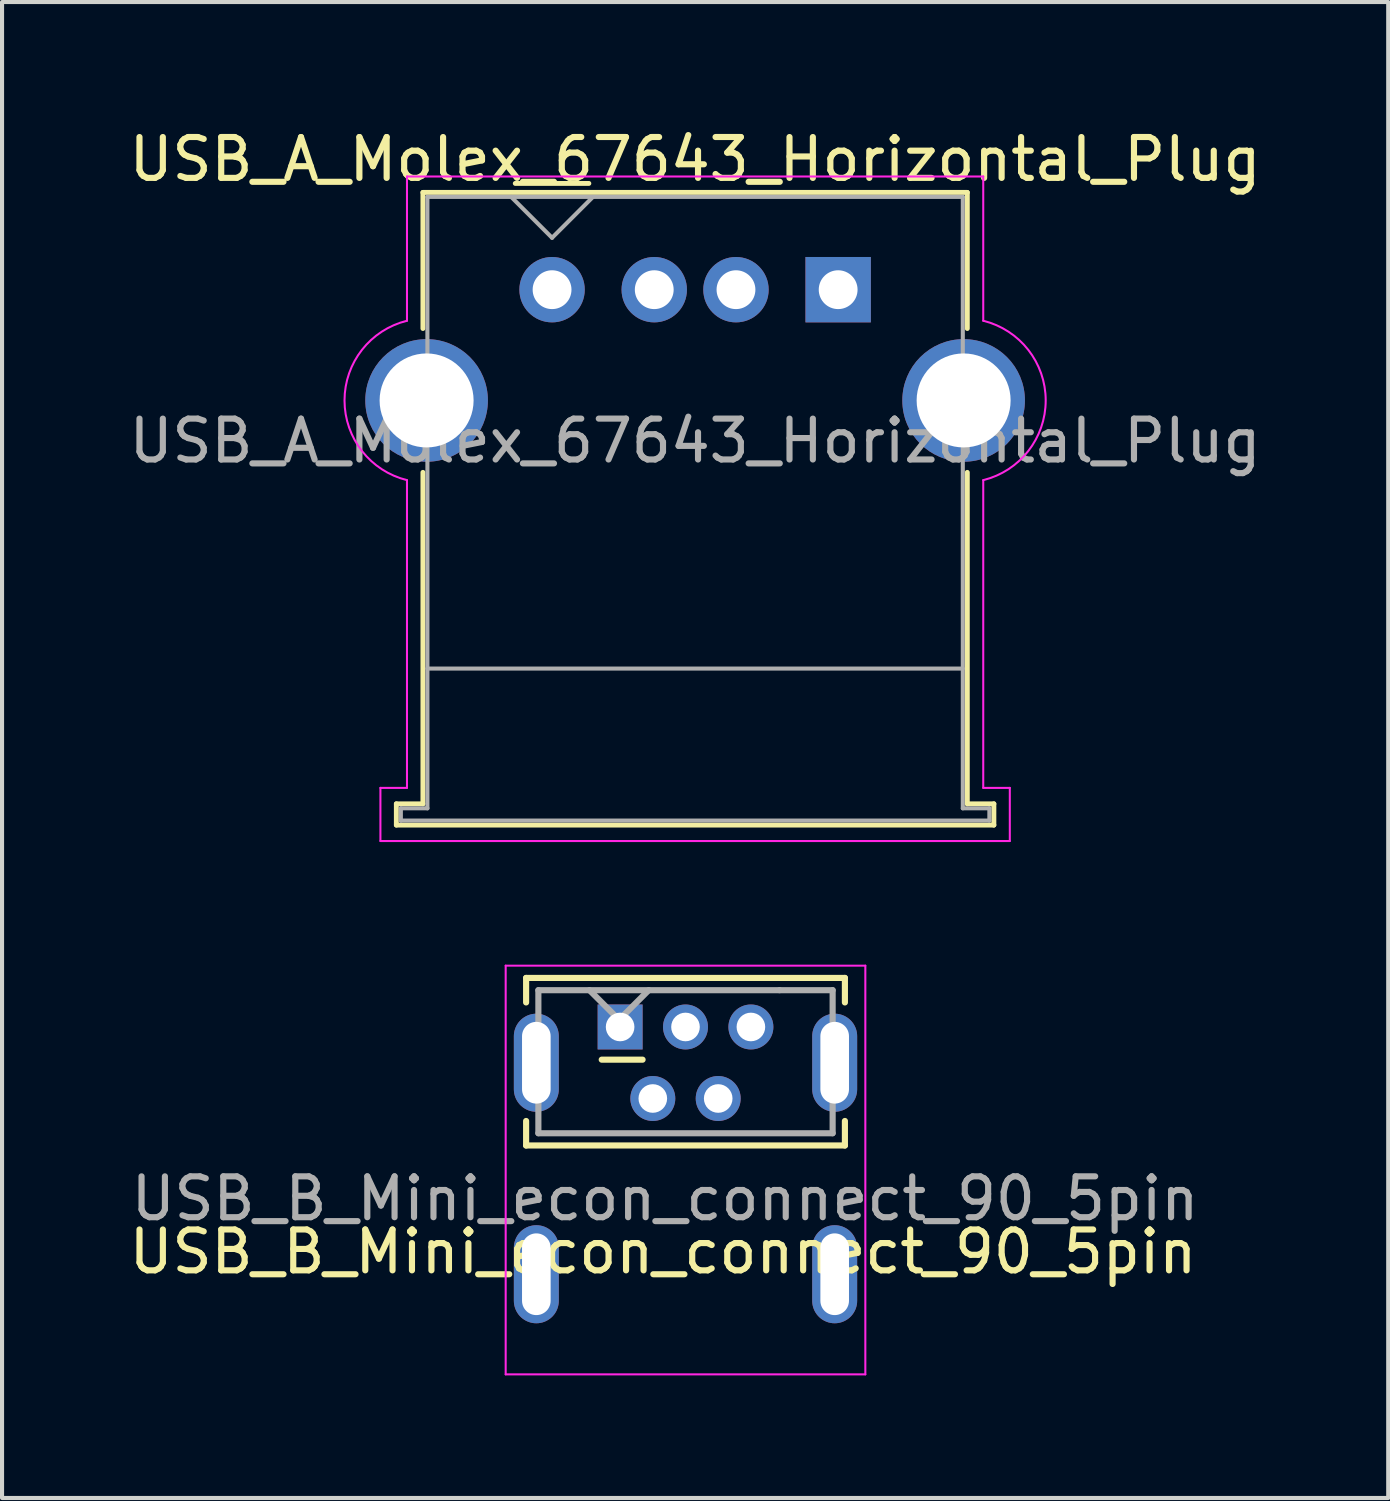
<source format=kicad_pcb>
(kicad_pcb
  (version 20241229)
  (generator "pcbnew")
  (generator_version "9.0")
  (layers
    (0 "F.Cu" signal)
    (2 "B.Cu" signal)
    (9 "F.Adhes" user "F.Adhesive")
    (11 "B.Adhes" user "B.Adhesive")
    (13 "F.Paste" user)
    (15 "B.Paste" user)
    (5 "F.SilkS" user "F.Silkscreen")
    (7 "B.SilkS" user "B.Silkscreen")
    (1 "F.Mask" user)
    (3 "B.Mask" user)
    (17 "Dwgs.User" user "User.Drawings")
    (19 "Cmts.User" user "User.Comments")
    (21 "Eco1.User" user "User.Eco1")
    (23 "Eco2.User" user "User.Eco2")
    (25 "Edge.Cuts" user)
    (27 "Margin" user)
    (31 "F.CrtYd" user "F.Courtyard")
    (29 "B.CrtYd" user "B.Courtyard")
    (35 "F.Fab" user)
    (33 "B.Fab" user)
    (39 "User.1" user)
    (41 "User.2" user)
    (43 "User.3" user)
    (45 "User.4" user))
  (footprint "USB_B_Mini_econ_connect_90_5pin"
    (layer "F.Cu")
    (at 14.123 25.278)
    (property "Reference" "USB_B_Mini_econ_connect_90_5pin" (at -0.95 2.3 0) (unlocked yes) (layer "F.SilkS") (effects (font (size 1 1) (thickness 0.15))))
    (attr through_hole)
    (fp_line (start -4.3 -4.4) (end -4.3 -3.8) (stroke (width 0.15) (type solid)) (layer "F.SilkS"))
    (fp_line (start -4.3 -0.3) (end -4.3 -0.9) (stroke (width 0.15) (type solid)) (layer "F.SilkS"))
    (fp_line (start -1.45 -2.4) (end -2.45 -2.4) (stroke (width 0.15) (type solid)) (layer "F.SilkS"))
    (fp_line (start 3.5 -4.4) (end -4.3 -4.4) (stroke (width 0.15) (type solid)) (layer "F.SilkS"))
    (fp_line (start 3.5 -3.8) (end 3.5 -4.4) (stroke (width 0.15) (type solid)) (layer "F.SilkS"))
    (fp_line (start 3.5 -0.9) (end 3.5 -0.3) (stroke (width 0.15) (type solid)) (layer "F.SilkS"))
    (fp_line (start 3.5 -0.3) (end -4.3 -0.3) (stroke (width 0.15) (type solid)) (layer "F.SilkS"))
    (fp_line (start -4.8 -4.7) (end -4.8 5.3) (stroke (width 0.05) (type solid)) (layer "F.CrtYd"))
    (fp_line (start -4.8 -4.7) (end 4 -4.7) (stroke (width 0.05) (type solid)) (layer "F.CrtYd"))
    (fp_line (start -4.8 5.3) (end 4 5.3) (stroke (width 0.05) (type solid)) (layer "F.CrtYd"))
    (fp_line (start 4 5.3) (end 4 -4.7) (stroke (width 0.05) (type solid)) (layer "F.CrtYd"))
    (fp_line (start -4 -0.6) (end -4 -4.1) (stroke (width 0.15) (type solid)) (layer "F.Fab"))
    (fp_line (start -4 -0.6) (end 3.2 -0.6) (stroke (width 0.15) (type solid)) (layer "F.Fab"))
    (fp_line (start -2.05 -3.4) (end -2.75 -4.1) (stroke (width 0.15) (type solid)) (layer "F.Fab"))
    (fp_line (start -1.3 -4.1) (end -2 -3.4) (stroke (width 0.15) (type solid)) (layer "F.Fab"))
    (fp_line (start 1.9 -4.1) (end -4 -4.1) (stroke (width 0.15) (type solid)) (layer "F.Fab"))
    (fp_line (start 3.2 -4.1) (end 1.9 -4.1) (stroke (width 0.15) (type solid)) (layer "F.Fab"))
    (fp_line (start 3.2 -4.1) (end 3.2 -0.6) (stroke (width 0.15) (type solid)) (layer "F.Fab"))
    (fp_text user "${REFERENCE}" (at -0.9 1 180) (layer "F.Fab") (effects (font (size 1 1) (thickness 0.15))))
    (pad "" thru_hole circle (at 0.4 -1.45 180) (size 1.1 1.1) (drill 0.7) (layers "*.Cu" "*.Mask"))
    (pad "1" thru_hole rect (at -2 -3.2 180) (size 1.1 1.1) (drill 0.7) (layers "*.Cu" "*.Mask"))
    (pad "2" thru_hole circle (at -1.2 -1.45 180) (size 1.1 1.1) (drill 0.7) (layers "*.Cu" "*.Mask"))
    (pad "3" thru_hole circle (at -0.4 -3.2 180) (size 1.1 1.1) (drill 0.7) (layers "*.Cu" "*.Mask"))
    (pad "4" thru_hole circle (at 1.2 -3.2 180) (size 1.1 1.1) (drill 0.7) (layers "*.Cu" "*.Mask"))
    (pad "6" thru_hole oval (at -4.05 -2.325 180) (size 1.1 2.4) (drill oval 0.7 2) (layers "*.Cu" "*.Mask"))
    (pad "6" thru_hole oval (at -4.05 2.85) (size 1.1 2.4) (drill oval 0.7 2) (layers "*.Cu" "*.Mask"))
    (pad "6" thru_hole oval (at 3.25 -2.325 180) (size 1.1 2.4) (drill oval 0.7 2) (layers "*.Cu" "*.Mask"))
    (pad "6" thru_hole oval (at 3.25 2.85) (size 1.1 2.4) (drill oval 0.7 2) (layers "*.Cu" "*.Mask")))
  (footprint "USB_A_Molex_67643_Horizontal_Plug"
    (layer "F.Cu")
    (at 10.458 4.038)
    (property "Reference" "USB_A_Molex_67643_Horizontal_Plug" (at 3.5 -3.19 0) (layer "F.SilkS") (effects (font (size 1 1) (thickness 0.15))))
    (attr through_hole)
    (fp_line (start -3.81 12.58) (end -3.81 13.1) (stroke (width 0.12) (type solid)) (layer "F.SilkS"))
    (fp_line (start -3.81 13.1) (end 10.81 13.1) (stroke (width 0.12) (type solid)) (layer "F.SilkS"))
    (fp_line (start -3.16 -2.38) (end -3.16 0.95) (stroke (width 0.12) (type solid)) (layer "F.SilkS"))
    (fp_line (start -3.16 -2.38) (end 10.16 -2.38) (stroke (width 0.12) (type solid)) (layer "F.SilkS"))
    (fp_line (start -3.16 12.58) (end -3.81 12.58) (stroke (width 0.12) (type solid)) (layer "F.SilkS"))
    (fp_line (start -3.16 12.58) (end -3.16 4.47) (stroke (width 0.12) (type solid)) (layer "F.SilkS"))
    (fp_line (start -0.9 -2.6) (end 0.9 -2.6) (stroke (width 0.12) (type solid)) (layer "F.SilkS"))
    (fp_line (start 10.16 -2.38) (end 10.16 0.95) (stroke (width 0.12) (type solid)) (layer "F.SilkS"))
    (fp_line (start 10.16 4.47) (end 10.16 12.58) (stroke (width 0.12) (type solid)) (layer "F.SilkS"))
    (fp_line (start 10.81 12.58) (end 10.16 12.58) (stroke (width 0.12) (type solid)) (layer "F.SilkS"))
    (fp_line (start 10.81 13.1) (end 10.81 12.58) (stroke (width 0.12) (type solid)) (layer "F.SilkS"))
    (fp_line (start -4.2 12.19) (end -3.55 12.19) (stroke (width 0.05) (type solid)) (layer "F.CrtYd"))
    (fp_line (start -4.2 13.49) (end -4.2 12.19) (stroke (width 0.05) (type solid)) (layer "F.CrtYd"))
    (fp_line (start -4.2 13.49) (end 11.2 13.49) (stroke (width 0.05) (type solid)) (layer "F.CrtYd"))
    (fp_line (start -3.55 -2.77) (end -3.55 0.76) (stroke (width 0.05) (type solid)) (layer "F.CrtYd"))
    (fp_line (start -3.55 -2.77) (end 10.55 -2.77) (stroke (width 0.05) (type solid)) (layer "F.CrtYd"))
    (fp_line (start -3.55 12.19) (end -3.55 4.66) (stroke (width 0.05) (type solid)) (layer "F.CrtYd"))
    (fp_line (start 10.55 -2.77) (end 10.55 0.76) (stroke (width 0.05) (type solid)) (layer "F.CrtYd"))
    (fp_line (start 10.55 12.19) (end 10.55 4.66) (stroke (width 0.05) (type solid)) (layer "F.CrtYd"))
    (fp_line (start 11.2 12.19) (end 10.55 12.19) (stroke (width 0.05) (type solid)) (layer "F.CrtYd"))
    (fp_line (start 11.2 13.49) (end 11.2 12.19) (stroke (width 0.05) (type solid)) (layer "F.CrtYd"))
    (fp_arc (start -3.55 4.66) (mid -5.078208 2.71) (end -3.55 0.76) (stroke (width 0.05) (type solid)) (layer "F.CrtYd"))
    (fp_arc (start 10.55 0.76) (mid 12.078208 2.71) (end 10.55 4.66) (stroke (width 0.05) (type solid)) (layer "F.CrtYd"))
    (fp_line (start -3.7 12.69) (end -3.7 12.99) (stroke (width 0.1) (type solid)) (layer "F.Fab"))
    (fp_line (start -3.7 12.99) (end 10.7 12.99) (stroke (width 0.1) (type solid)) (layer "F.Fab"))
    (fp_line (start -3.05 -2.27) (end 10.05 -2.27) (stroke (width 0.1) (type solid)) (layer "F.Fab"))
    (fp_line (start -3.05 9.27) (end 10.05 9.27) (stroke (width 0.1) (type solid)) (layer "F.Fab"))
    (fp_line (start -3.05 12.69) (end -3.7 12.69) (stroke (width 0.1) (type solid)) (layer "F.Fab"))
    (fp_line (start -3.05 12.69) (end -3.05 -2.27) (stroke (width 0.1) (type solid)) (layer "F.Fab"))
    (fp_line (start -1 -2.27) (end 0 -1.27) (stroke (width 0.1) (type solid)) (layer "F.Fab"))
    (fp_line (start 0 -1.27) (end 1 -2.27) (stroke (width 0.1) (type solid)) (layer "F.Fab"))
    (fp_line (start 10.05 -2.27) (end 10.05 12.69) (stroke (width 0.1) (type solid)) (layer "F.Fab"))
    (fp_line (start 10.7 12.69) (end 10.05 12.69) (stroke (width 0.1) (type solid)) (layer "F.Fab"))
    (fp_line (start 10.7 12.99) (end 10.7 12.69) (stroke (width 0.1) (type solid)) (layer "F.Fab"))
    (fp_text user "${REFERENCE}" (at 3.5 3.7 0) (layer "F.Fab") (effects (font (size 1 1) (thickness 0.15))))
    (pad "1" thru_hole rect (at 7 0) (size 1.6 1.6) (drill 0.95) (layers "*.Cu" "*.Mask"))
    (pad "2" thru_hole circle (at 4.5 0) (size 1.6 1.6) (drill 0.95) (layers "*.Cu" "*.Mask"))
    (pad "3" thru_hole circle (at 2.5 0) (size 1.6 1.6) (drill 0.95) (layers "*.Cu" "*.Mask"))
    (pad "4" thru_hole circle (at 0 0) (size 1.6 1.6) (drill 0.95) (layers "*.Cu" "*.Mask"))
    (pad "5" thru_hole circle (at -3.07 2.71) (size 3 3) (drill 2.3) (layers "*.Cu" "*.Mask"))
    (pad "5" thru_hole circle (at 10.07 2.71) (size 3 3) (drill 2.3) (layers "*.Cu" "*.Mask")))
  (gr_rect
    (start -3 -3)
    (end 30.917 33.603)
    (stroke (width 0.1) (type default))
    (fill no)
    (layer "Edge.Cuts")))
</source>
